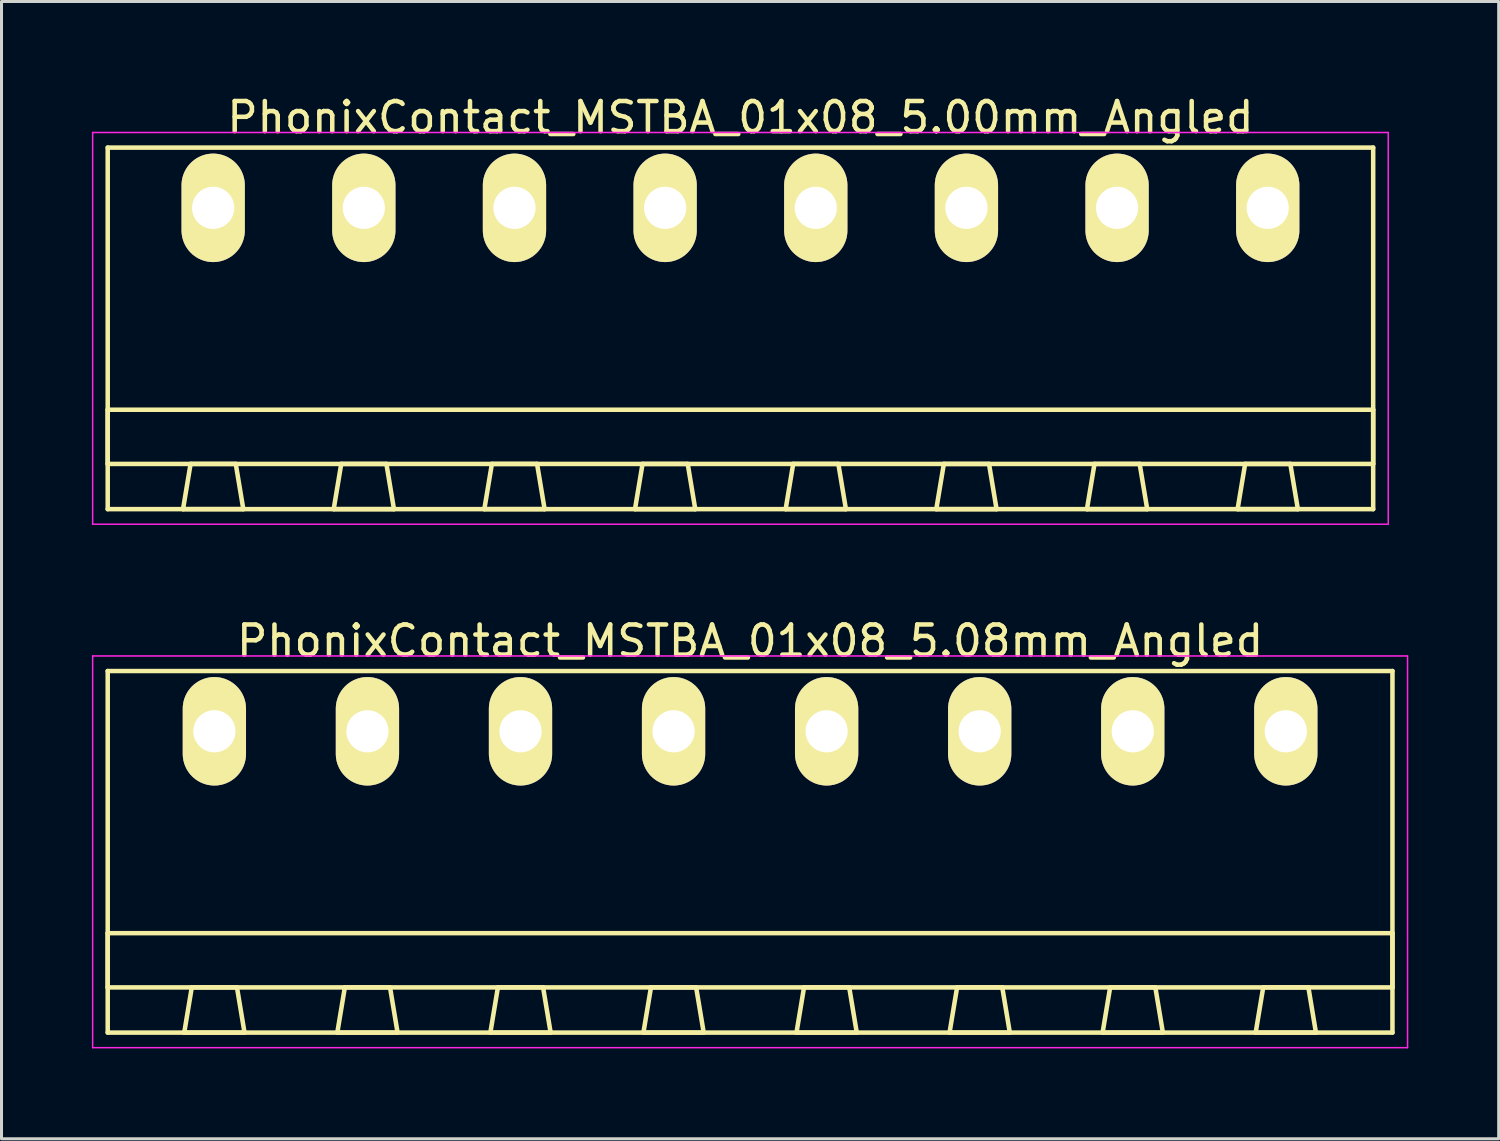
<source format=kicad_pcb>
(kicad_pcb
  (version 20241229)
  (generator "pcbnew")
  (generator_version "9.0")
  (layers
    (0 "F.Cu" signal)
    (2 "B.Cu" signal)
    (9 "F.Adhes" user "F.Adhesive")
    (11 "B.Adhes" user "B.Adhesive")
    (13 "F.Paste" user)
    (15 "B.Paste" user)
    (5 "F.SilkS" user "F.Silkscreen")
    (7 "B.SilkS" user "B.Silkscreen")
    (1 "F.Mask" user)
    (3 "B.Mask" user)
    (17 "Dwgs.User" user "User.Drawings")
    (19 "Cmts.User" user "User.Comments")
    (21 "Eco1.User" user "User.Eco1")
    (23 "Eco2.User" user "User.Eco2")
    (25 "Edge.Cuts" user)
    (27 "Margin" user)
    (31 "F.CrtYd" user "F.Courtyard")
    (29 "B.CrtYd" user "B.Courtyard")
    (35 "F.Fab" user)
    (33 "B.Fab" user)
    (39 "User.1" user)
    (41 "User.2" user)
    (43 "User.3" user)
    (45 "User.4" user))
  (footprint "PhonixContact_MSTBA_01x08_5.00mm_Angled"
    (layer "F.Cu")
    (at 4.025 3.848)
    (property "Reference" "PhonixContact_MSTBA_01x08_5.00mm_Angled" (at 17.5 -3 0) (layer "F.SilkS") (effects (font (size 1 1) (thickness 0.15))))
    (attr through_hole)
    (fp_line (start -3.5 -2) (end -3.5 10) (stroke (width 0.15) (type solid)) (layer "F.SilkS"))
    (fp_line (start -3.5 6.7) (end 38.5 6.7) (stroke (width 0.15) (type solid)) (layer "F.SilkS"))
    (fp_line (start -3.5 8.5) (end -3.5 6.7) (stroke (width 0.15) (type solid)) (layer "F.SilkS"))
    (fp_line (start -3.5 10) (end 38.5 10) (stroke (width 0.15) (type solid)) (layer "F.SilkS"))
    (fp_line (start -1 10) (end 1 10) (stroke (width 0.15) (type solid)) (layer "F.SilkS"))
    (fp_line (start -0.75 8.5) (end -1 10) (stroke (width 0.15) (type solid)) (layer "F.SilkS"))
    (fp_line (start 0.75 8.5) (end -0.75 8.5) (stroke (width 0.15) (type solid)) (layer "F.SilkS"))
    (fp_line (start 1 10) (end 0.75 8.5) (stroke (width 0.15) (type solid)) (layer "F.SilkS"))
    (fp_line (start 4 10) (end 6 10) (stroke (width 0.15) (type solid)) (layer "F.SilkS"))
    (fp_line (start 4.25 8.5) (end 4 10) (stroke (width 0.15) (type solid)) (layer "F.SilkS"))
    (fp_line (start 5.75 8.5) (end 4.25 8.5) (stroke (width 0.15) (type solid)) (layer "F.SilkS"))
    (fp_line (start 6 10) (end 5.75 8.5) (stroke (width 0.15) (type solid)) (layer "F.SilkS"))
    (fp_line (start 9 10) (end 11 10) (stroke (width 0.15) (type solid)) (layer "F.SilkS"))
    (fp_line (start 9.25 8.5) (end 9 10) (stroke (width 0.15) (type solid)) (layer "F.SilkS"))
    (fp_line (start 10.75 8.5) (end 9.25 8.5) (stroke (width 0.15) (type solid)) (layer "F.SilkS"))
    (fp_line (start 11 10) (end 10.75 8.5) (stroke (width 0.15) (type solid)) (layer "F.SilkS"))
    (fp_line (start 14 10) (end 16 10) (stroke (width 0.15) (type solid)) (layer "F.SilkS"))
    (fp_line (start 14.25 8.5) (end 14 10) (stroke (width 0.15) (type solid)) (layer "F.SilkS"))
    (fp_line (start 15.75 8.5) (end 14.25 8.5) (stroke (width 0.15) (type solid)) (layer "F.SilkS"))
    (fp_line (start 16 10) (end 15.75 8.5) (stroke (width 0.15) (type solid)) (layer "F.SilkS"))
    (fp_line (start 19 10) (end 21 10) (stroke (width 0.15) (type solid)) (layer "F.SilkS"))
    (fp_line (start 19.25 8.5) (end 19 10) (stroke (width 0.15) (type solid)) (layer "F.SilkS"))
    (fp_line (start 20.75 8.5) (end 19.25 8.5) (stroke (width 0.15) (type solid)) (layer "F.SilkS"))
    (fp_line (start 21 10) (end 20.75 8.5) (stroke (width 0.15) (type solid)) (layer "F.SilkS"))
    (fp_line (start 24 10) (end 26 10) (stroke (width 0.15) (type solid)) (layer "F.SilkS"))
    (fp_line (start 24.25 8.5) (end 24 10) (stroke (width 0.15) (type solid)) (layer "F.SilkS"))
    (fp_line (start 25.75 8.5) (end 24.25 8.5) (stroke (width 0.15) (type solid)) (layer "F.SilkS"))
    (fp_line (start 26 10) (end 25.75 8.5) (stroke (width 0.15) (type solid)) (layer "F.SilkS"))
    (fp_line (start 29 10) (end 31 10) (stroke (width 0.15) (type solid)) (layer "F.SilkS"))
    (fp_line (start 29.25 8.5) (end 29 10) (stroke (width 0.15) (type solid)) (layer "F.SilkS"))
    (fp_line (start 30.75 8.5) (end 29.25 8.5) (stroke (width 0.15) (type solid)) (layer "F.SilkS"))
    (fp_line (start 31 10) (end 30.75 8.5) (stroke (width 0.15) (type solid)) (layer "F.SilkS"))
    (fp_line (start 34 10) (end 36 10) (stroke (width 0.15) (type solid)) (layer "F.SilkS"))
    (fp_line (start 34.25 8.5) (end 34 10) (stroke (width 0.15) (type solid)) (layer "F.SilkS"))
    (fp_line (start 35.75 8.5) (end 34.25 8.5) (stroke (width 0.15) (type solid)) (layer "F.SilkS"))
    (fp_line (start 36 10) (end 35.75 8.5) (stroke (width 0.15) (type solid)) (layer "F.SilkS"))
    (fp_line (start 38.5 -2) (end -3.5 -2) (stroke (width 0.15) (type solid)) (layer "F.SilkS"))
    (fp_line (start 38.5 6.7) (end 38.5 8.5) (stroke (width 0.15) (type solid)) (layer "F.SilkS"))
    (fp_line (start 38.5 8.5) (end -3.5 8.5) (stroke (width 0.15) (type solid)) (layer "F.SilkS"))
    (fp_line (start 38.5 10) (end 38.5 -2) (stroke (width 0.15) (type solid)) (layer "F.SilkS"))
    (fp_line (start -4 -2.5) (end -4 10.5) (stroke (width 0.05) (type solid)) (layer "F.CrtYd"))
    (fp_line (start -4 10.5) (end 39 10.5) (stroke (width 0.05) (type solid)) (layer "F.CrtYd"))
    (fp_line (start 39 -2.5) (end -4 -2.5) (stroke (width 0.05) (type solid)) (layer "F.CrtYd"))
    (fp_line (start 39 10.5) (end 39 -2.5) (stroke (width 0.05) (type solid)) (layer "F.CrtYd"))
    (pad "1" thru_hole oval (at 0 0) (size 2.1 3.6) (drill 1.4) (layers "*.Cu" "*.Mask" "F.SilkS"))
    (pad "2" thru_hole oval (at 5 0) (size 2.1 3.6) (drill 1.4) (layers "*.Cu" "*.Mask" "F.SilkS"))
    (pad "3" thru_hole oval (at 10 0) (size 2.1 3.6) (drill 1.4) (layers "*.Cu" "*.Mask" "F.SilkS"))
    (pad "4" thru_hole oval (at 15 0) (size 2.1 3.6) (drill 1.4) (layers "*.Cu" "*.Mask" "F.SilkS"))
    (pad "5" thru_hole oval (at 20 0) (size 2.1 3.6) (drill 1.4) (layers "*.Cu" "*.Mask" "F.SilkS"))
    (pad "6" thru_hole oval (at 25 0) (size 2.1 3.6) (drill 1.4) (layers "*.Cu" "*.Mask" "F.SilkS"))
    (pad "7" thru_hole oval (at 30 0) (size 2.1 3.6) (drill 1.4) (layers "*.Cu" "*.Mask" "F.SilkS"))
    (pad "8" thru_hole oval (at 35 0) (size 2.1 3.6) (drill 1.4) (layers "*.Cu" "*.Mask" "F.SilkS")))
  (footprint "PhonixContact_MSTBA_01x08_5.08mm_Angled"
    (layer "F.Cu")
    (at 4.065 21.221)
    (property "Reference" "PhonixContact_MSTBA_01x08_5.08mm_Angled" (at 17.78 -3 0) (layer "F.SilkS") (effects (font (size 1 1) (thickness 0.15))))
    (attr through_hole)
    (fp_line (start -3.54 -2) (end -3.54 10) (stroke (width 0.15) (type solid)) (layer "F.SilkS"))
    (fp_line (start -3.54 6.7) (end 39.1 6.7) (stroke (width 0.15) (type solid)) (layer "F.SilkS"))
    (fp_line (start -3.54 8.5) (end -3.54 6.7) (stroke (width 0.15) (type solid)) (layer "F.SilkS"))
    (fp_line (start -3.54 10) (end 39.1 10) (stroke (width 0.15) (type solid)) (layer "F.SilkS"))
    (fp_line (start -1 10) (end 1 10) (stroke (width 0.15) (type solid)) (layer "F.SilkS"))
    (fp_line (start -0.75 8.5) (end -1 10) (stroke (width 0.15) (type solid)) (layer "F.SilkS"))
    (fp_line (start 0.75 8.5) (end -0.75 8.5) (stroke (width 0.15) (type solid)) (layer "F.SilkS"))
    (fp_line (start 1 10) (end 0.75 8.5) (stroke (width 0.15) (type solid)) (layer "F.SilkS"))
    (fp_line (start 4.08 10) (end 6.08 10) (stroke (width 0.15) (type solid)) (layer "F.SilkS"))
    (fp_line (start 4.33 8.5) (end 4.08 10) (stroke (width 0.15) (type solid)) (layer "F.SilkS"))
    (fp_line (start 5.83 8.5) (end 4.33 8.5) (stroke (width 0.15) (type solid)) (layer "F.SilkS"))
    (fp_line (start 6.08 10) (end 5.83 8.5) (stroke (width 0.15) (type solid)) (layer "F.SilkS"))
    (fp_line (start 9.16 10) (end 11.16 10) (stroke (width 0.15) (type solid)) (layer "F.SilkS"))
    (fp_line (start 9.41 8.5) (end 9.16 10) (stroke (width 0.15) (type solid)) (layer "F.SilkS"))
    (fp_line (start 10.91 8.5) (end 9.41 8.5) (stroke (width 0.15) (type solid)) (layer "F.SilkS"))
    (fp_line (start 11.16 10) (end 10.91 8.5) (stroke (width 0.15) (type solid)) (layer "F.SilkS"))
    (fp_line (start 14.24 10) (end 16.24 10) (stroke (width 0.15) (type solid)) (layer "F.SilkS"))
    (fp_line (start 14.49 8.5) (end 14.24 10) (stroke (width 0.15) (type solid)) (layer "F.SilkS"))
    (fp_line (start 15.99 8.5) (end 14.49 8.5) (stroke (width 0.15) (type solid)) (layer "F.SilkS"))
    (fp_line (start 16.24 10) (end 15.99 8.5) (stroke (width 0.15) (type solid)) (layer "F.SilkS"))
    (fp_line (start 19.32 10) (end 21.32 10) (stroke (width 0.15) (type solid)) (layer "F.SilkS"))
    (fp_line (start 19.57 8.5) (end 19.32 10) (stroke (width 0.15) (type solid)) (layer "F.SilkS"))
    (fp_line (start 21.07 8.5) (end 19.57 8.5) (stroke (width 0.15) (type solid)) (layer "F.SilkS"))
    (fp_line (start 21.32 10) (end 21.07 8.5) (stroke (width 0.15) (type solid)) (layer "F.SilkS"))
    (fp_line (start 24.4 10) (end 26.4 10) (stroke (width 0.15) (type solid)) (layer "F.SilkS"))
    (fp_line (start 24.65 8.5) (end 24.4 10) (stroke (width 0.15) (type solid)) (layer "F.SilkS"))
    (fp_line (start 26.15 8.5) (end 24.65 8.5) (stroke (width 0.15) (type solid)) (layer "F.SilkS"))
    (fp_line (start 26.4 10) (end 26.15 8.5) (stroke (width 0.15) (type solid)) (layer "F.SilkS"))
    (fp_line (start 29.48 10) (end 31.48 10) (stroke (width 0.15) (type solid)) (layer "F.SilkS"))
    (fp_line (start 29.73 8.5) (end 29.48 10) (stroke (width 0.15) (type solid)) (layer "F.SilkS"))
    (fp_line (start 31.23 8.5) (end 29.73 8.5) (stroke (width 0.15) (type solid)) (layer "F.SilkS"))
    (fp_line (start 31.48 10) (end 31.23 8.5) (stroke (width 0.15) (type solid)) (layer "F.SilkS"))
    (fp_line (start 34.56 10) (end 36.56 10) (stroke (width 0.15) (type solid)) (layer "F.SilkS"))
    (fp_line (start 34.81 8.5) (end 34.56 10) (stroke (width 0.15) (type solid)) (layer "F.SilkS"))
    (fp_line (start 36.31 8.5) (end 34.81 8.5) (stroke (width 0.15) (type solid)) (layer "F.SilkS"))
    (fp_line (start 36.56 10) (end 36.31 8.5) (stroke (width 0.15) (type solid)) (layer "F.SilkS"))
    (fp_line (start 39.1 -2) (end -3.54 -2) (stroke (width 0.15) (type solid)) (layer "F.SilkS"))
    (fp_line (start 39.1 6.7) (end 39.1 8.5) (stroke (width 0.15) (type solid)) (layer "F.SilkS"))
    (fp_line (start 39.1 8.5) (end -3.54 8.5) (stroke (width 0.15) (type solid)) (layer "F.SilkS"))
    (fp_line (start 39.1 10) (end 39.1 -2) (stroke (width 0.15) (type solid)) (layer "F.SilkS"))
    (fp_line (start -4.04 -2.5) (end -4.04 10.5) (stroke (width 0.05) (type solid)) (layer "F.CrtYd"))
    (fp_line (start -4.04 10.5) (end 39.6 10.5) (stroke (width 0.05) (type solid)) (layer "F.CrtYd"))
    (fp_line (start 39.6 -2.5) (end -4.04 -2.5) (stroke (width 0.05) (type solid)) (layer "F.CrtYd"))
    (fp_line (start 39.6 10.5) (end 39.6 -2.5) (stroke (width 0.05) (type solid)) (layer "F.CrtYd"))
    (pad "1" thru_hole oval (at 0 0) (size 2.1 3.6) (drill 1.4) (layers "*.Cu" "*.Mask" "F.SilkS"))
    (pad "2" thru_hole oval (at 5.08 0) (size 2.1 3.6) (drill 1.4) (layers "*.Cu" "*.Mask" "F.SilkS"))
    (pad "3" thru_hole oval (at 10.16 0) (size 2.1 3.6) (drill 1.4) (layers "*.Cu" "*.Mask" "F.SilkS"))
    (pad "4" thru_hole oval (at 15.24 0) (size 2.1 3.6) (drill 1.4) (layers "*.Cu" "*.Mask" "F.SilkS"))
    (pad "5" thru_hole oval (at 20.32 0) (size 2.1 3.6) (drill 1.4) (layers "*.Cu" "*.Mask" "F.SilkS"))
    (pad "6" thru_hole oval (at 25.4 0) (size 2.1 3.6) (drill 1.4) (layers "*.Cu" "*.Mask" "F.SilkS"))
    (pad "7" thru_hole oval (at 30.48 0) (size 2.1 3.6) (drill 1.4) (layers "*.Cu" "*.Mask" "F.SilkS"))
    (pad "8" thru_hole oval (at 35.56 0) (size 2.1 3.6) (drill 1.4) (layers "*.Cu" "*.Mask" "F.SilkS")))
  (gr_rect
    (start -3 -3)
    (end 46.69 34.746)
    (stroke (width 0.1) (type default))
    (fill no)
    (layer "Edge.Cuts")))
</source>
